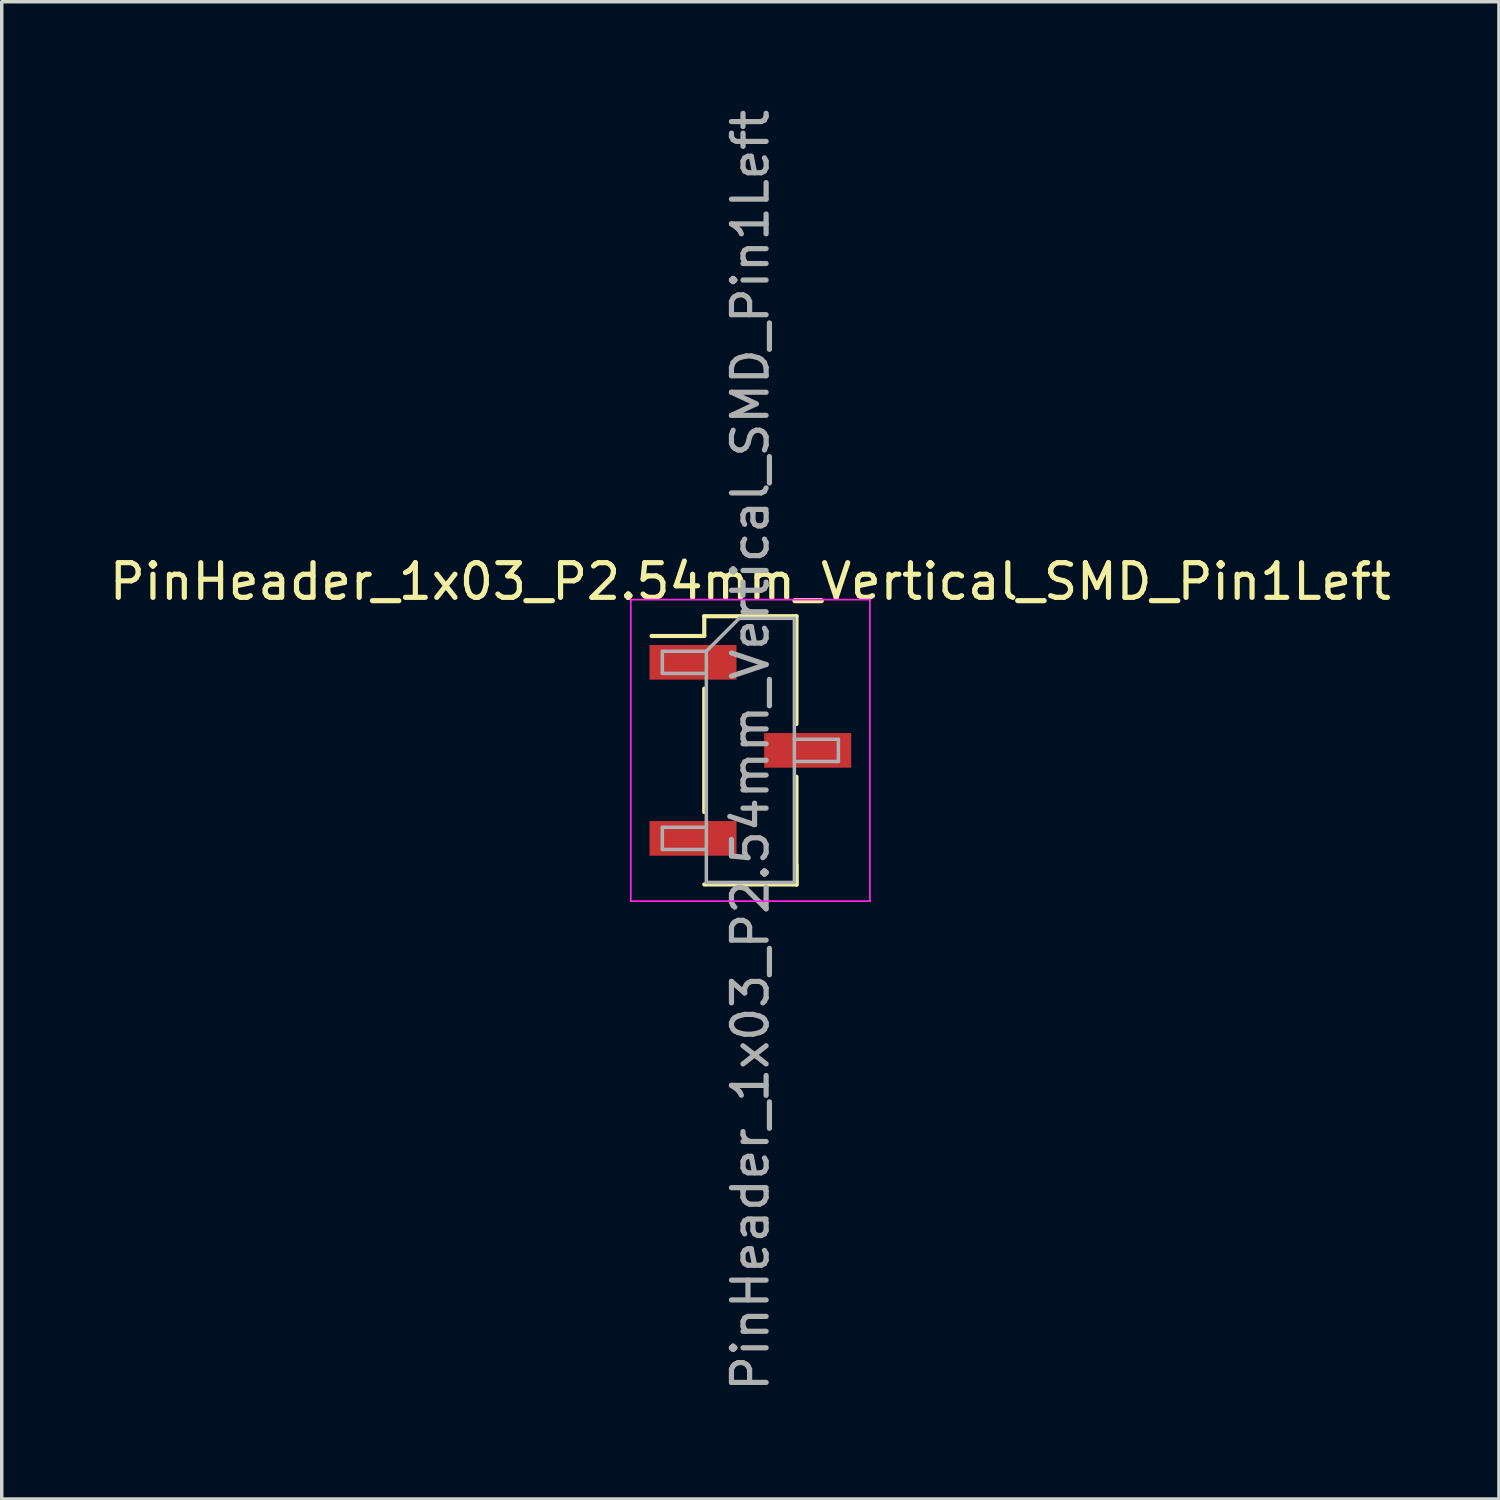
<source format=kicad_pcb>
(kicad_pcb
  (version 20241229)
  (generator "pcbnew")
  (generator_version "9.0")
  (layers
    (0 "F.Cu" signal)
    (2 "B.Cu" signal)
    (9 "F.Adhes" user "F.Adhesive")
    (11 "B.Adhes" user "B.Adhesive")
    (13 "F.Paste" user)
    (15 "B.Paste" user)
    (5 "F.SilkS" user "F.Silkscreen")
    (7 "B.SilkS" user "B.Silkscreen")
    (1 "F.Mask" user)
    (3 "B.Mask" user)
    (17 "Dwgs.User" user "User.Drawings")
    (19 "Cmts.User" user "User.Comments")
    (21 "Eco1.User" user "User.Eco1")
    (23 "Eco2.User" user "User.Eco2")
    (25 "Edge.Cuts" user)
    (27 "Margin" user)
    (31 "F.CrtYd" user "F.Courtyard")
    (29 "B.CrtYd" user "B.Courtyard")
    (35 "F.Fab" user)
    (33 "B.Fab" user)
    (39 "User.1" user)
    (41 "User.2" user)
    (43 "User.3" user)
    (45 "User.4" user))
  (footprint "PinHeader_1x03_P2.54mm_Vertical_SMD_Pin1Left"
    (layer "F.Cu")
    (at 18.601 18.601)
    (property "Reference" "PinHeader_1x03_P2.54mm_Vertical_SMD_Pin1Left" (at 0 -4.87 0) (layer "F.SilkS") (effects (font (size 1 1) (thickness 0.15))))
    (attr smd)
    (fp_line (start -1.33 -3.87) (end -1.33 -3.3) (stroke (width 0.12) (type solid)) (layer "F.SilkS"))
    (fp_line (start -1.33 -3.87) (end 1.33 -3.87) (stroke (width 0.12) (type solid)) (layer "F.SilkS"))
    (fp_line (start -1.33 -3.3) (end -2.85 -3.3) (stroke (width 0.12) (type solid)) (layer "F.SilkS"))
    (fp_line (start -1.33 -1.78) (end -1.33 1.78) (stroke (width 0.12) (type solid)) (layer "F.SilkS"))
    (fp_line (start -1.33 3.87) (end 1.33 3.87) (stroke (width 0.12) (type solid)) (layer "F.SilkS"))
    (fp_line (start 1.33 -3.87) (end 1.33 -0.76) (stroke (width 0.12) (type solid)) (layer "F.SilkS"))
    (fp_line (start 1.33 0.76) (end 1.33 3.87) (stroke (width 0.12) (type solid)) (layer "F.SilkS"))
    (fp_line (start 1.33 3.3) (end 1.33 3.87) (stroke (width 0.12) (type solid)) (layer "F.SilkS"))
    (fp_line (start -3.45 -4.35) (end -3.45 4.35) (stroke (width 0.05) (type solid)) (layer "F.CrtYd"))
    (fp_line (start -3.45 4.35) (end 3.45 4.35) (stroke (width 0.05) (type solid)) (layer "F.CrtYd"))
    (fp_line (start 3.45 -4.35) (end -3.45 -4.35) (stroke (width 0.05) (type solid)) (layer "F.CrtYd"))
    (fp_line (start 3.45 4.35) (end 3.45 -4.35) (stroke (width 0.05) (type solid)) (layer "F.CrtYd"))
    (fp_line (start -2.54 -2.86) (end -2.54 -2.22) (stroke (width 0.1) (type solid)) (layer "F.Fab"))
    (fp_line (start -2.54 -2.22) (end -1.27 -2.22) (stroke (width 0.1) (type solid)) (layer "F.Fab"))
    (fp_line (start -2.54 2.22) (end -2.54 2.86) (stroke (width 0.1) (type solid)) (layer "F.Fab"))
    (fp_line (start -2.54 2.86) (end -1.27 2.86) (stroke (width 0.1) (type solid)) (layer "F.Fab"))
    (fp_line (start -1.27 -2.86) (end -2.54 -2.86) (stroke (width 0.1) (type solid)) (layer "F.Fab"))
    (fp_line (start -1.27 -2.86) (end -0.32 -3.81) (stroke (width 0.1) (type solid)) (layer "F.Fab"))
    (fp_line (start -1.27 2.22) (end -2.54 2.22) (stroke (width 0.1) (type solid)) (layer "F.Fab"))
    (fp_line (start -1.27 3.81) (end -1.27 -2.86) (stroke (width 0.1) (type solid)) (layer "F.Fab"))
    (fp_line (start -0.32 -3.81) (end 1.27 -3.81) (stroke (width 0.1) (type solid)) (layer "F.Fab"))
    (fp_line (start 1.27 -3.81) (end 1.27 3.81) (stroke (width 0.1) (type solid)) (layer "F.Fab"))
    (fp_line (start 1.27 -0.32) (end 2.54 -0.32) (stroke (width 0.1) (type solid)) (layer "F.Fab"))
    (fp_line (start 1.27 3.81) (end -1.27 3.81) (stroke (width 0.1) (type solid)) (layer "F.Fab"))
    (fp_line (start 2.54 -0.32) (end 2.54 0.32) (stroke (width 0.1) (type solid)) (layer "F.Fab"))
    (fp_line (start 2.54 0.32) (end 1.27 0.32) (stroke (width 0.1) (type solid)) (layer "F.Fab"))
    (fp_text user "${REFERENCE}" (at 0 0 90) (layer "F.Fab") (effects (font (size 1 1) (thickness 0.15))))
    (pad "1" smd rect (at -1.655 -2.54) (size 2.51 1) (layers "F.Cu" "F.Mask" "F.Paste"))
    (pad "2" smd rect (at 1.655 0) (size 2.51 1) (layers "F.Cu" "F.Mask" "F.Paste"))
    (pad "3" smd rect (at -1.655 2.54) (size 2.51 1) (layers "F.Cu" "F.Mask" "F.Paste")))
  (gr_rect
    (start -3 -3)
    (end 40.202 40.202)
    (stroke (width 0.1) (type default))
    (fill no)
    (layer "Edge.Cuts")))
</source>
